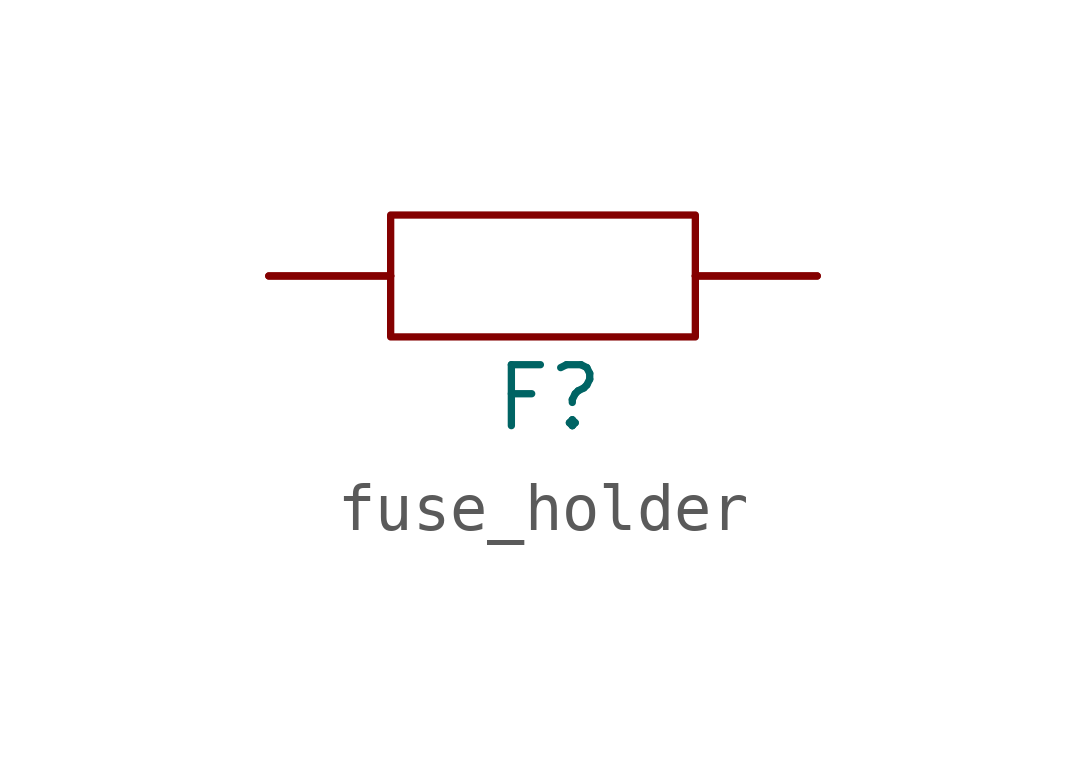
<source format=kicad_sym>
(kicad_symbol_lib
  (version 20231120)
  (generator "kicad_symbol_editor")
  (generator_version "8.0")
  (symbol "fuse_holder"
    (pin_numbers hide)
    (pin_names hide)
    (property "Reference" "F"
      (at -1.778 0 0)
      (effects (font (size 1.27 1.27))))
    (property "Value" ""
      (at 0 0 0)
      (effects (font (size 1.27 1.27))))
    (symbol "fuse_holder_0_1"
      (rectangle (start -5.08 3.81) (end 1.27 1.27) (stroke (width 0) (type default)) (fill (type none))))
    (symbol "fuse_holder_1_1"
      (pin passive line (at -7.62 2.54 0) (length 2.54) (name "1" (effects (font (size 1.27 1.27)))) (number "1" (effects (font (size 1.27 1.27)))))
      (pin passive line (at -7.62 2.54 0) (length 2.54) (name "2" (effects (font (size 1.27 1.27)))) (number "2" (effects (font (size 1.27 1.27)))))
      (pin passive line (at 3.81 2.54 180) (length 2.54) (name "3" (effects (font (size 1.27 1.27)))) (number "3" (effects (font (size 1.27 1.27)))))
      (pin passive line (at 3.81 2.54 180) (length 2.54) (name "4" (effects (font (size 1.27 1.27)))) (number "4" (effects (font (size 1.27 1.27))))))))
</source>
